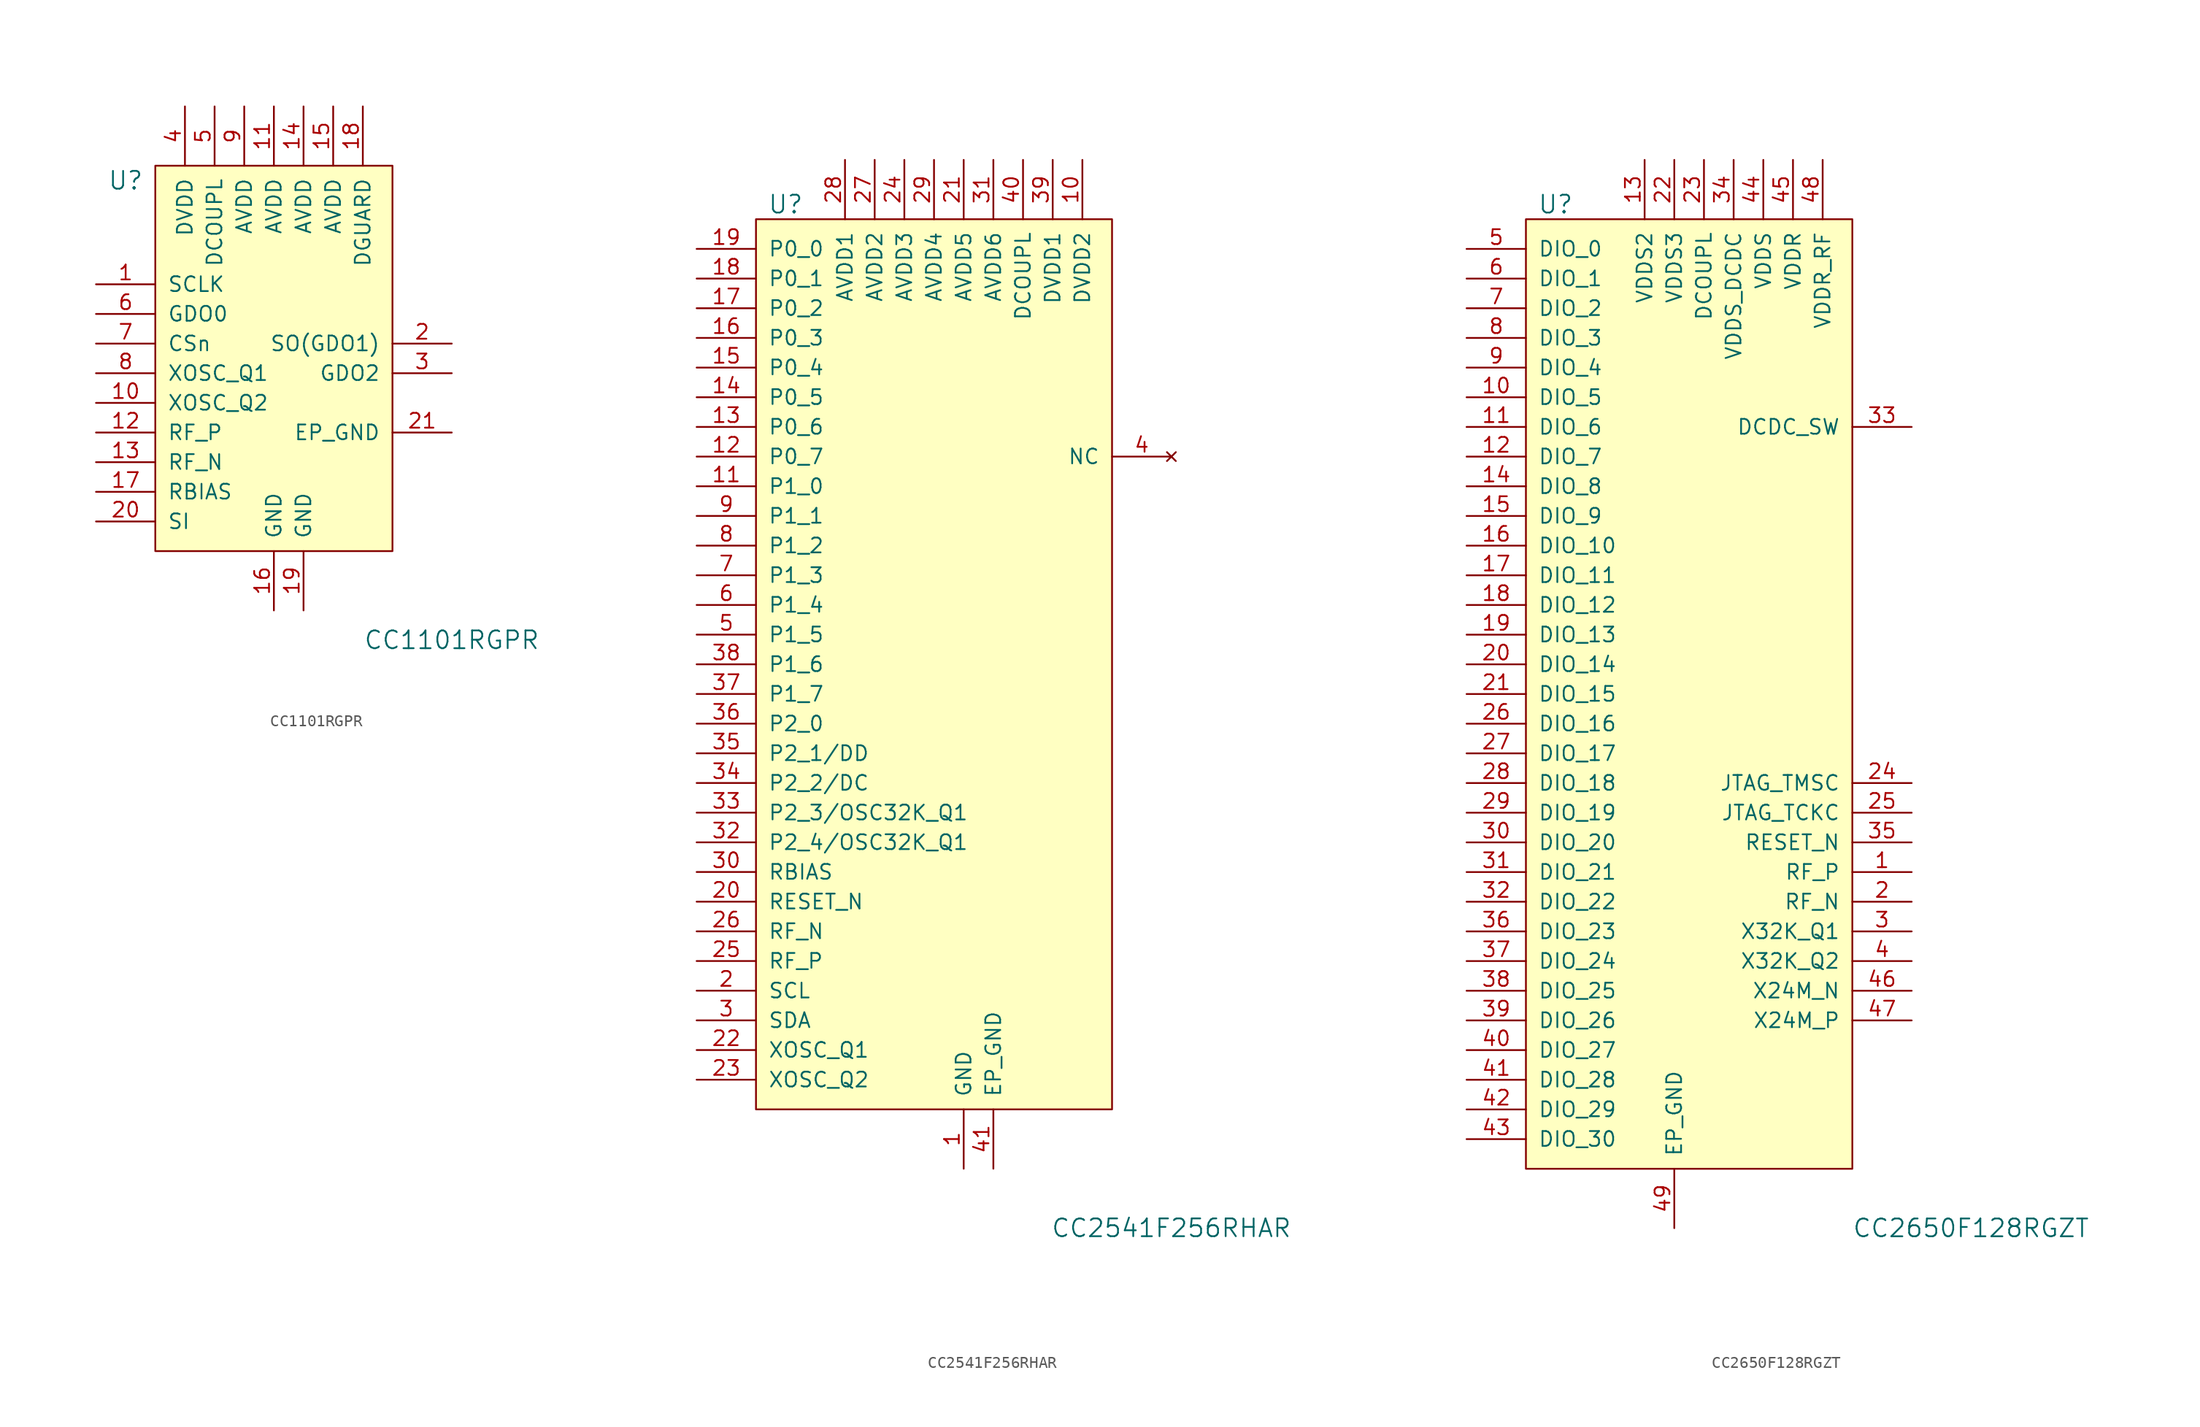
<source format=kicad_sym>
(kicad_symbol_lib
  (version 20211014)
  (generator kicad_symbol_editor)
  (symbol "CC1101RGPR"
    (pin_names
      (offset 1.016))
    (property "Reference" "U"
      (at -12.7 11.43 0)
      (effects (font (size 1.524 1.524))))
    (property "Value" "CC1101RGPR"
      (at 15.24 -27.94 0)
      (effects (font (size 1.524 1.524))))
    (symbol "CC1101RGPR_0_1"
      (rectangle (start -10.16 12.7) (end 10.16 -20.32) (stroke (width 0) (type default) (color 0 0 0 0)) (fill (type background))))
    (symbol "CC1101RGPR_1_1"
      (pin input line (at -15.24 2.54 0) (length 5.08) (name "SCLK" (effects (font (size 1.27 1.27)))) (number "1" (effects (font (size 1.27 1.27)))))
      (pin bidirectional line (at -15.24 -7.62 0) (length 5.08) (name "XOSC_Q2" (effects (font (size 1.27 1.27)))) (number "10" (effects (font (size 1.27 1.27)))))
      (pin power_in line (at 0 17.78 270) (length 5.08) (name "AVDD" (effects (font (size 1.27 1.27)))) (number "11" (effects (font (size 1.27 1.27)))))
      (pin bidirectional line (at -15.24 -10.16 0) (length 5.08) (name "RF_P" (effects (font (size 1.27 1.27)))) (number "12" (effects (font (size 1.27 1.27)))))
      (pin bidirectional line (at -15.24 -12.7 0) (length 5.08) (name "RF_N" (effects (font (size 1.27 1.27)))) (number "13" (effects (font (size 1.27 1.27)))))
      (pin power_in line (at 2.54 17.78 270) (length 5.08) (name "AVDD" (effects (font (size 1.27 1.27)))) (number "14" (effects (font (size 1.27 1.27)))))
      (pin power_in line (at 5.08 17.78 270) (length 5.08) (name "AVDD" (effects (font (size 1.27 1.27)))) (number "15" (effects (font (size 1.27 1.27)))))
      (pin power_in line (at 0 -25.4 90) (length 5.08) (name "GND" (effects (font (size 1.27 1.27)))) (number "16" (effects (font (size 1.27 1.27)))))
      (pin bidirectional line (at -15.24 -15.24 0) (length 5.08) (name "RBIAS" (effects (font (size 1.27 1.27)))) (number "17" (effects (font (size 1.27 1.27)))))
      (pin power_in line (at 7.62 17.78 270) (length 5.08) (name "DGUARD" (effects (font (size 1.27 1.27)))) (number "18" (effects (font (size 1.27 1.27)))))
      (pin power_in line (at 2.54 -25.4 90) (length 5.08) (name "GND" (effects (font (size 1.27 1.27)))) (number "19" (effects (font (size 1.27 1.27)))))
      (pin output line (at 15.24 -2.54 180) (length 5.08) (name "SO(GDO1)" (effects (font (size 1.27 1.27)))) (number "2" (effects (font (size 1.27 1.27)))))
      (pin input line (at -15.24 -17.78 0) (length 5.08) (name "SI" (effects (font (size 1.27 1.27)))) (number "20" (effects (font (size 1.27 1.27)))))
      (pin power_in line (at 15.24 -10.16 180) (length 5.08) (name "EP_GND" (effects (font (size 1.27 1.27)))) (number "21" (effects (font (size 1.27 1.27)))))
      (pin output line (at 15.24 -5.08 180) (length 5.08) (name "GDO2" (effects (font (size 1.27 1.27)))) (number "3" (effects (font (size 1.27 1.27)))))
      (pin power_in line (at -7.62 17.78 270) (length 5.08) (name "DVDD" (effects (font (size 1.27 1.27)))) (number "4" (effects (font (size 1.27 1.27)))))
      (pin power_in line (at -5.08 17.78 270) (length 5.08) (name "DCOUPL" (effects (font (size 1.27 1.27)))) (number "5" (effects (font (size 1.27 1.27)))))
      (pin bidirectional line (at -15.24 0 0) (length 5.08) (name "GDO0" (effects (font (size 1.27 1.27)))) (number "6" (effects (font (size 1.27 1.27)))))
      (pin input line (at -15.24 -2.54 0) (length 5.08) (name "CSn" (effects (font (size 1.27 1.27)))) (number "7" (effects (font (size 1.27 1.27)))))
      (pin bidirectional line (at -15.24 -5.08 0) (length 5.08) (name "XOSC_Q1" (effects (font (size 1.27 1.27)))) (number "8" (effects (font (size 1.27 1.27)))))
      (pin power_in line (at -2.54 17.78 270) (length 5.08) (name "AVDD" (effects (font (size 1.27 1.27)))) (number "9" (effects (font (size 1.27 1.27)))))))
  (symbol "CC2541F256RHAR"
    (pin_names
      (offset 1.016))
    (property "Reference" "U"
      (at -10.16 41.91 0)
      (effects (font (size 1.524 1.524))))
    (property "Value" "CC2541F256RHAR"
      (at 22.86 -45.72 0)
      (effects (font (size 1.524 1.524))))
    (symbol "CC2541F256RHAR_0_1"
      (rectangle (start -12.7 40.64) (end 17.78 -35.56) (stroke (width 0) (type default) (color 0 0 0 0)) (fill (type background))))
    (symbol "CC2541F256RHAR_1_1"
      (pin power_in line (at 5.08 -40.64 90) (length 5.08) (name "GND" (effects (font (size 1.27 1.27)))) (number "1" (effects (font (size 1.27 1.27)))))
      (pin power_in line (at 15.24 45.72 270) (length 5.08) (name "DVDD2" (effects (font (size 1.27 1.27)))) (number "10" (effects (font (size 1.27 1.27)))))
      (pin bidirectional line (at -17.78 17.78 0) (length 5.08) (name "P1_0" (effects (font (size 1.27 1.27)))) (number "11" (effects (font (size 1.27 1.27)))))
      (pin bidirectional line (at -17.78 20.32 0) (length 5.08) (name "P0_7" (effects (font (size 1.27 1.27)))) (number "12" (effects (font (size 1.27 1.27)))))
      (pin bidirectional line (at -17.78 22.86 0) (length 5.08) (name "P0_6" (effects (font (size 1.27 1.27)))) (number "13" (effects (font (size 1.27 1.27)))))
      (pin bidirectional line (at -17.78 25.4 0) (length 5.08) (name "P0_5" (effects (font (size 1.27 1.27)))) (number "14" (effects (font (size 1.27 1.27)))))
      (pin bidirectional line (at -17.78 27.94 0) (length 5.08) (name "P0_4" (effects (font (size 1.27 1.27)))) (number "15" (effects (font (size 1.27 1.27)))))
      (pin bidirectional line (at -17.78 30.48 0) (length 5.08) (name "P0_3" (effects (font (size 1.27 1.27)))) (number "16" (effects (font (size 1.27 1.27)))))
      (pin bidirectional line (at -17.78 33.02 0) (length 5.08) (name "P0_2" (effects (font (size 1.27 1.27)))) (number "17" (effects (font (size 1.27 1.27)))))
      (pin bidirectional line (at -17.78 35.56 0) (length 5.08) (name "P0_1" (effects (font (size 1.27 1.27)))) (number "18" (effects (font (size 1.27 1.27)))))
      (pin bidirectional line (at -17.78 38.1 0) (length 5.08) (name "P0_0" (effects (font (size 1.27 1.27)))) (number "19" (effects (font (size 1.27 1.27)))))
      (pin bidirectional line (at -17.78 -25.4 0) (length 5.08) (name "SCL" (effects (font (size 1.27 1.27)))) (number "2" (effects (font (size 1.27 1.27)))))
      (pin input line (at -17.78 -17.78 0) (length 5.08) (name "RESET_N" (effects (font (size 1.27 1.27)))) (number "20" (effects (font (size 1.27 1.27)))))
      (pin power_in line (at 5.08 45.72 270) (length 5.08) (name "AVDD5" (effects (font (size 1.27 1.27)))) (number "21" (effects (font (size 1.27 1.27)))))
      (pin bidirectional line (at -17.78 -30.48 0) (length 5.08) (name "XOSC_Q1" (effects (font (size 1.27 1.27)))) (number "22" (effects (font (size 1.27 1.27)))))
      (pin bidirectional line (at -17.78 -33.02 0) (length 5.08) (name "XOSC_Q2" (effects (font (size 1.27 1.27)))) (number "23" (effects (font (size 1.27 1.27)))))
      (pin power_in line (at 0 45.72 270) (length 5.08) (name "AVDD3" (effects (font (size 1.27 1.27)))) (number "24" (effects (font (size 1.27 1.27)))))
      (pin bidirectional line (at -17.78 -22.86 0) (length 5.08) (name "RF_P" (effects (font (size 1.27 1.27)))) (number "25" (effects (font (size 1.27 1.27)))))
      (pin bidirectional line (at -17.78 -20.32 0) (length 5.08) (name "RF_N" (effects (font (size 1.27 1.27)))) (number "26" (effects (font (size 1.27 1.27)))))
      (pin power_in line (at -2.54 45.72 270) (length 5.08) (name "AVDD2" (effects (font (size 1.27 1.27)))) (number "27" (effects (font (size 1.27 1.27)))))
      (pin power_in line (at -5.08 45.72 270) (length 5.08) (name "AVDD1" (effects (font (size 1.27 1.27)))) (number "28" (effects (font (size 1.27 1.27)))))
      (pin power_in line (at 2.54 45.72 270) (length 5.08) (name "AVDD4" (effects (font (size 1.27 1.27)))) (number "29" (effects (font (size 1.27 1.27)))))
      (pin bidirectional line (at -17.78 -27.94 0) (length 5.08) (name "SDA" (effects (font (size 1.27 1.27)))) (number "3" (effects (font (size 1.27 1.27)))))
      (pin bidirectional line (at -17.78 -15.24 0) (length 5.08) (name "RBIAS" (effects (font (size 1.27 1.27)))) (number "30" (effects (font (size 1.27 1.27)))))
      (pin power_in line (at 7.62 45.72 270) (length 5.08) (name "AVDD6" (effects (font (size 1.27 1.27)))) (number "31" (effects (font (size 1.27 1.27)))))
      (pin bidirectional line (at -17.78 -12.7 0) (length 5.08) (name "P2_4/OSC32K_Q1" (effects (font (size 1.27 1.27)))) (number "32" (effects (font (size 1.27 1.27)))))
      (pin bidirectional line (at -17.78 -10.16 0) (length 5.08) (name "P2_3/OSC32K_Q1" (effects (font (size 1.27 1.27)))) (number "33" (effects (font (size 1.27 1.27)))))
      (pin bidirectional line (at -17.78 -7.62 0) (length 5.08) (name "P2_2/DC" (effects (font (size 1.27 1.27)))) (number "34" (effects (font (size 1.27 1.27)))))
      (pin bidirectional line (at -17.78 -5.08 0) (length 5.08) (name "P2_1/DD" (effects (font (size 1.27 1.27)))) (number "35" (effects (font (size 1.27 1.27)))))
      (pin bidirectional line (at -17.78 -2.54 0) (length 5.08) (name "P2_0" (effects (font (size 1.27 1.27)))) (number "36" (effects (font (size 1.27 1.27)))))
      (pin bidirectional line (at -17.78 0 0) (length 5.08) (name "P1_7" (effects (font (size 1.27 1.27)))) (number "37" (effects (font (size 1.27 1.27)))))
      (pin bidirectional line (at -17.78 2.54 0) (length 5.08) (name "P1_6" (effects (font (size 1.27 1.27)))) (number "38" (effects (font (size 1.27 1.27)))))
      (pin power_in line (at 12.7 45.72 270) (length 5.08) (name "DVDD1" (effects (font (size 1.27 1.27)))) (number "39" (effects (font (size 1.27 1.27)))))
      (pin no_connect line (at 22.86 20.32 180) (length 5.08) (name "NC" (effects (font (size 1.27 1.27)))) (number "4" (effects (font (size 1.27 1.27)))))
      (pin power_in line (at 10.16 45.72 270) (length 5.08) (name "DCOUPL" (effects (font (size 1.27 1.27)))) (number "40" (effects (font (size 1.27 1.27)))))
      (pin power_in line (at 7.62 -40.64 90) (length 5.08) (name "EP_GND" (effects (font (size 1.27 1.27)))) (number "41" (effects (font (size 1.27 1.27)))))
      (pin bidirectional line (at -17.78 5.08 0) (length 5.08) (name "P1_5" (effects (font (size 1.27 1.27)))) (number "5" (effects (font (size 1.27 1.27)))))
      (pin bidirectional line (at -17.78 7.62 0) (length 5.08) (name "P1_4" (effects (font (size 1.27 1.27)))) (number "6" (effects (font (size 1.27 1.27)))))
      (pin bidirectional line (at -17.78 10.16 0) (length 5.08) (name "P1_3" (effects (font (size 1.27 1.27)))) (number "7" (effects (font (size 1.27 1.27)))))
      (pin bidirectional line (at -17.78 12.7 0) (length 5.08) (name "P1_2" (effects (font (size 1.27 1.27)))) (number "8" (effects (font (size 1.27 1.27)))))
      (pin bidirectional line (at -17.78 15.24 0) (length 5.08) (name "P1_1" (effects (font (size 1.27 1.27)))) (number "9" (effects (font (size 1.27 1.27)))))))
  (symbol "CC2650F128RGZT"
    (pin_names
      (offset 1.016))
    (property "Reference" "U"
      (at -10.16 39.37 0)
      (effects (font (size 1.524 1.524))))
    (property "Value" "CC2650F128RGZT"
      (at 25.4 -48.26 0)
      (effects (font (size 1.524 1.524))))
    (symbol "CC2650F128RGZT_0_1"
      (rectangle (start -12.7 38.1) (end 15.24 -43.18) (stroke (width 0) (type default) (color 0 0 0 0)) (fill (type background))))
    (symbol "CC2650F128RGZT_1_1"
      (pin bidirectional line (at 20.32 -17.78 180) (length 5.08) (name "RF_P" (effects (font (size 1.27 1.27)))) (number "1" (effects (font (size 1.27 1.27)))))
      (pin bidirectional line (at -17.78 22.86 0) (length 5.08) (name "DIO_5" (effects (font (size 1.27 1.27)))) (number "10" (effects (font (size 1.27 1.27)))))
      (pin bidirectional line (at -17.78 20.32 0) (length 5.08) (name "DIO_6" (effects (font (size 1.27 1.27)))) (number "11" (effects (font (size 1.27 1.27)))))
      (pin bidirectional line (at -17.78 17.78 0) (length 5.08) (name "DIO_7" (effects (font (size 1.27 1.27)))) (number "12" (effects (font (size 1.27 1.27)))))
      (pin power_in line (at -2.54 43.18 270) (length 5.08) (name "VDDS2" (effects (font (size 1.27 1.27)))) (number "13" (effects (font (size 1.27 1.27)))))
      (pin bidirectional line (at -17.78 15.24 0) (length 5.08) (name "DIO_8" (effects (font (size 1.27 1.27)))) (number "14" (effects (font (size 1.27 1.27)))))
      (pin bidirectional line (at -17.78 12.7 0) (length 5.08) (name "DIO_9" (effects (font (size 1.27 1.27)))) (number "15" (effects (font (size 1.27 1.27)))))
      (pin bidirectional line (at -17.78 10.16 0) (length 5.08) (name "DIO_10" (effects (font (size 1.27 1.27)))) (number "16" (effects (font (size 1.27 1.27)))))
      (pin bidirectional line (at -17.78 7.62 0) (length 5.08) (name "DIO_11" (effects (font (size 1.27 1.27)))) (number "17" (effects (font (size 1.27 1.27)))))
      (pin bidirectional line (at -17.78 5.08 0) (length 5.08) (name "DIO_12" (effects (font (size 1.27 1.27)))) (number "18" (effects (font (size 1.27 1.27)))))
      (pin bidirectional line (at -17.78 2.54 0) (length 5.08) (name "DIO_13" (effects (font (size 1.27 1.27)))) (number "19" (effects (font (size 1.27 1.27)))))
      (pin bidirectional line (at 20.32 -20.32 180) (length 5.08) (name "RF_N" (effects (font (size 1.27 1.27)))) (number "2" (effects (font (size 1.27 1.27)))))
      (pin bidirectional line (at -17.78 0 0) (length 5.08) (name "DIO_14" (effects (font (size 1.27 1.27)))) (number "20" (effects (font (size 1.27 1.27)))))
      (pin bidirectional line (at -17.78 -2.54 0) (length 5.08) (name "DIO_15" (effects (font (size 1.27 1.27)))) (number "21" (effects (font (size 1.27 1.27)))))
      (pin power_in line (at 0 43.18 270) (length 5.08) (name "VDDS3" (effects (font (size 1.27 1.27)))) (number "22" (effects (font (size 1.27 1.27)))))
      (pin power_in line (at 2.54 43.18 270) (length 5.08) (name "DCOUPL" (effects (font (size 1.27 1.27)))) (number "23" (effects (font (size 1.27 1.27)))))
      (pin bidirectional line (at 20.32 -10.16 180) (length 5.08) (name "JTAG_TMSC" (effects (font (size 1.27 1.27)))) (number "24" (effects (font (size 1.27 1.27)))))
      (pin bidirectional line (at 20.32 -12.7 180) (length 5.08) (name "JTAG_TCKC" (effects (font (size 1.27 1.27)))) (number "25" (effects (font (size 1.27 1.27)))))
      (pin bidirectional line (at -17.78 -5.08 0) (length 5.08) (name "DIO_16" (effects (font (size 1.27 1.27)))) (number "26" (effects (font (size 1.27 1.27)))))
      (pin bidirectional line (at -17.78 -7.62 0) (length 5.08) (name "DIO_17" (effects (font (size 1.27 1.27)))) (number "27" (effects (font (size 1.27 1.27)))))
      (pin bidirectional line (at -17.78 -10.16 0) (length 5.08) (name "DIO_18" (effects (font (size 1.27 1.27)))) (number "28" (effects (font (size 1.27 1.27)))))
      (pin bidirectional line (at -17.78 -12.7 0) (length 5.08) (name "DIO_19" (effects (font (size 1.27 1.27)))) (number "29" (effects (font (size 1.27 1.27)))))
      (pin bidirectional line (at 20.32 -22.86 180) (length 5.08) (name "X32K_Q1" (effects (font (size 1.27 1.27)))) (number "3" (effects (font (size 1.27 1.27)))))
      (pin bidirectional line (at -17.78 -15.24 0) (length 5.08) (name "DIO_20" (effects (font (size 1.27 1.27)))) (number "30" (effects (font (size 1.27 1.27)))))
      (pin bidirectional line (at -17.78 -17.78 0) (length 5.08) (name "DIO_21" (effects (font (size 1.27 1.27)))) (number "31" (effects (font (size 1.27 1.27)))))
      (pin bidirectional line (at -17.78 -20.32 0) (length 5.08) (name "DIO_22" (effects (font (size 1.27 1.27)))) (number "32" (effects (font (size 1.27 1.27)))))
      (pin power_out line (at 20.32 20.32 180) (length 5.08) (name "DCDC_SW" (effects (font (size 1.27 1.27)))) (number "33" (effects (font (size 1.27 1.27)))))
      (pin power_in line (at 5.08 43.18 270) (length 5.08) (name "VDDS_DCDC" (effects (font (size 1.27 1.27)))) (number "34" (effects (font (size 1.27 1.27)))))
      (pin bidirectional line (at 20.32 -15.24 180) (length 5.08) (name "RESET_N" (effects (font (size 1.27 1.27)))) (number "35" (effects (font (size 1.27 1.27)))))
      (pin bidirectional line (at -17.78 -22.86 0) (length 5.08) (name "DIO_23" (effects (font (size 1.27 1.27)))) (number "36" (effects (font (size 1.27 1.27)))))
      (pin bidirectional line (at -17.78 -25.4 0) (length 5.08) (name "DIO_24" (effects (font (size 1.27 1.27)))) (number "37" (effects (font (size 1.27 1.27)))))
      (pin bidirectional line (at -17.78 -27.94 0) (length 5.08) (name "DIO_25" (effects (font (size 1.27 1.27)))) (number "38" (effects (font (size 1.27 1.27)))))
      (pin bidirectional line (at -17.78 -30.48 0) (length 5.08) (name "DIO_26" (effects (font (size 1.27 1.27)))) (number "39" (effects (font (size 1.27 1.27)))))
      (pin bidirectional line (at 20.32 -25.4 180) (length 5.08) (name "X32K_Q2" (effects (font (size 1.27 1.27)))) (number "4" (effects (font (size 1.27 1.27)))))
      (pin bidirectional line (at -17.78 -33.02 0) (length 5.08) (name "DIO_27" (effects (font (size 1.27 1.27)))) (number "40" (effects (font (size 1.27 1.27)))))
      (pin bidirectional line (at -17.78 -35.56 0) (length 5.08) (name "DIO_28" (effects (font (size 1.27 1.27)))) (number "41" (effects (font (size 1.27 1.27)))))
      (pin bidirectional line (at -17.78 -38.1 0) (length 5.08) (name "DIO_29" (effects (font (size 1.27 1.27)))) (number "42" (effects (font (size 1.27 1.27)))))
      (pin bidirectional line (at -17.78 -40.64 0) (length 5.08) (name "DIO_30" (effects (font (size 1.27 1.27)))) (number "43" (effects (font (size 1.27 1.27)))))
      (pin power_in line (at 7.62 43.18 270) (length 5.08) (name "VDDS" (effects (font (size 1.27 1.27)))) (number "44" (effects (font (size 1.27 1.27)))))
      (pin power_in line (at 10.16 43.18 270) (length 5.08) (name "VDDR" (effects (font (size 1.27 1.27)))) (number "45" (effects (font (size 1.27 1.27)))))
      (pin bidirectional line (at 20.32 -27.94 180) (length 5.08) (name "X24M_N" (effects (font (size 1.27 1.27)))) (number "46" (effects (font (size 1.27 1.27)))))
      (pin bidirectional line (at 20.32 -30.48 180) (length 5.08) (name "X24M_P" (effects (font (size 1.27 1.27)))) (number "47" (effects (font (size 1.27 1.27)))))
      (pin power_in line (at 12.7 43.18 270) (length 5.08) (name "VDDR_RF" (effects (font (size 1.27 1.27)))) (number "48" (effects (font (size 1.27 1.27)))))
      (pin power_in line (at 0 -48.26 90) (length 5.08) (name "EP_GND" (effects (font (size 1.27 1.27)))) (number "49" (effects (font (size 1.27 1.27)))))
      (pin bidirectional line (at -17.78 35.56 0) (length 5.08) (name "DIO_0" (effects (font (size 1.27 1.27)))) (number "5" (effects (font (size 1.27 1.27)))))
      (pin bidirectional line (at -17.78 33.02 0) (length 5.08) (name "DIO_1" (effects (font (size 1.27 1.27)))) (number "6" (effects (font (size 1.27 1.27)))))
      (pin bidirectional line (at -17.78 30.48 0) (length 5.08) (name "DIO_2" (effects (font (size 1.27 1.27)))) (number "7" (effects (font (size 1.27 1.27)))))
      (pin bidirectional line (at -17.78 27.94 0) (length 5.08) (name "DIO_3" (effects (font (size 1.27 1.27)))) (number "8" (effects (font (size 1.27 1.27)))))
      (pin bidirectional line (at -17.78 25.4 0) (length 5.08) (name "DIO_4" (effects (font (size 1.27 1.27)))) (number "9" (effects (font (size 1.27 1.27))))))))
</source>
